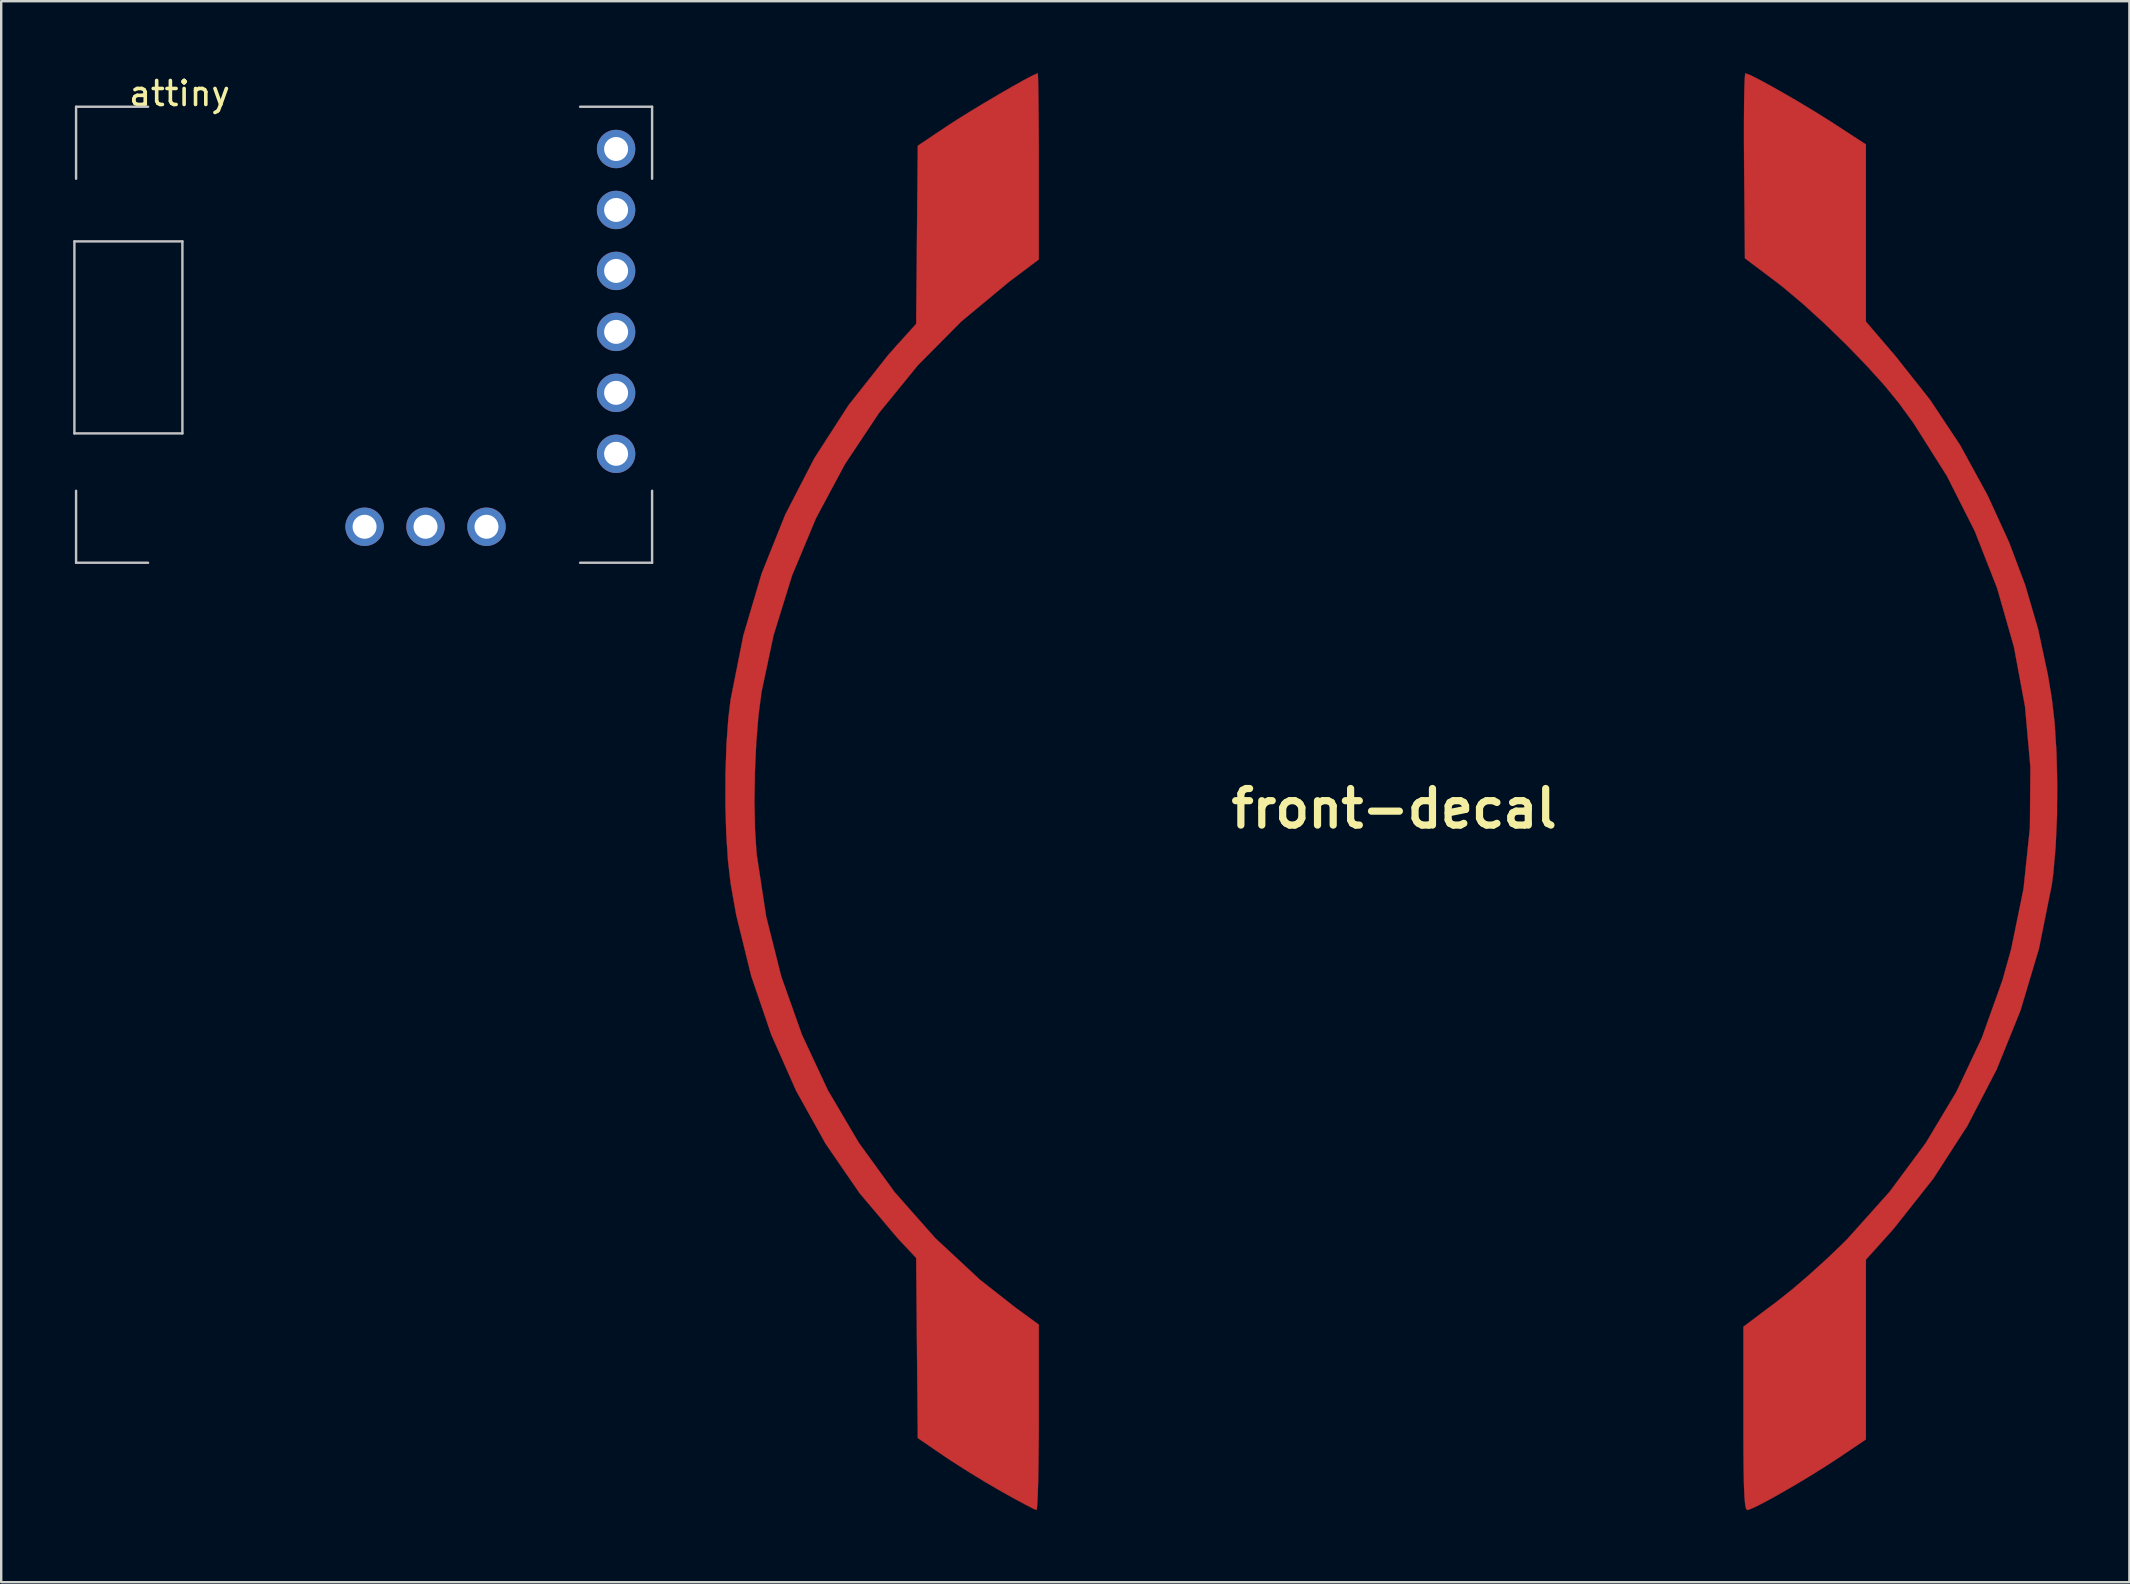
<source format=kicad_pcb>
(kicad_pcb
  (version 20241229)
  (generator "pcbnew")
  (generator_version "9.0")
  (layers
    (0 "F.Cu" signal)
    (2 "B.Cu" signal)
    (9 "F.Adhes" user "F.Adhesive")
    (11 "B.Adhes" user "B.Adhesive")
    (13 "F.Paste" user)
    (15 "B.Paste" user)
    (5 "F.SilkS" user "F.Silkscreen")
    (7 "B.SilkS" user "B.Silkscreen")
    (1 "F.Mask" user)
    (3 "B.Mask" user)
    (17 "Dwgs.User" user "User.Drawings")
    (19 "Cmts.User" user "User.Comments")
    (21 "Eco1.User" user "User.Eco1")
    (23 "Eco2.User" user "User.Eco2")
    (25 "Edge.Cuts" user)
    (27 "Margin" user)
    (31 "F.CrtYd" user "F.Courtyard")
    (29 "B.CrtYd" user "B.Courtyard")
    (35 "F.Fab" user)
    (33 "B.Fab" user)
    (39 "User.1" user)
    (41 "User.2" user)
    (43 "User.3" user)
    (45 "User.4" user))
  (footprint "front-decal"
    (layer "F.Cu")
    (at 55.038 30.638)
    (property "Reference" "front-decal" (at 0 0 0) (layer "F.SilkS") (effects (font (size 1.524 1.524) (thickness 0.3))))
    (attr through_hole)
    (fp_poly (pts (xy -14.84 -30.511) (xy -14.83 -30.164) (xy -14.821 -29.624) (xy -14.814 -28.922) (xy -14.809 -28.088) (xy -14.806 -27.154) (xy -14.806 -26.756) (xy -14.806 -22.878) (xy -16.05 -21.943) (xy -18.041 -20.289) (xy -19.85 -18.463) (xy -21.467 -16.477) (xy -22.884 -14.347) (xy -24.094 -12.086) (xy -25.087 -9.708) (xy -25.856 -7.226) (xy -26.36 -4.85) (xy -26.486 -3.887) (xy -26.578 -2.754) (xy -26.635 -1.531) (xy -26.654 -0.301) (xy -26.632 0.853) (xy -26.567 1.849) (xy -26.559 1.921) (xy -26.165 4.501) (xy -25.534 7.006) (xy -24.675 9.422) (xy -23.597 11.733) (xy -22.307 13.924) (xy -20.815 15.981) (xy -19.129 17.889) (xy -17.257 19.633) (xy -15.795 20.781) (xy -14.806 21.503) (xy -14.806 25.366) (xy -14.809 26.33) (xy -14.818 27.205) (xy -14.831 27.962) (xy -14.848 28.569) (xy -14.869 28.994) (xy -14.892 29.208) (xy -14.902 29.227) (xy -15.044 29.167) (xy -15.361 29.004) (xy -15.806 28.765) (xy -16.333 28.472) (xy -16.338 28.469) (xy -17.009 28.079) (xy -17.736 27.636) (xy -18.411 27.207) (xy -18.763 26.972) (xy -19.848 26.23) (xy -19.882 22.478) (xy -19.915 18.727) (xy -20.699 17.889) (xy -22.278 16.019) (xy -23.686 13.97) (xy -24.914 11.766) (xy -25.951 9.428) (xy -26.788 6.976) (xy -27.414 4.433) (xy -27.645 3.127) (xy -27.756 2.175) (xy -27.829 1.045) (xy -27.864 -0.19) (xy -27.86 -1.455) (xy -27.819 -2.677) (xy -27.739 -3.782) (xy -27.648 -4.531) (xy -27.115 -7.214) (xy -26.354 -9.79) (xy -25.368 -12.251) (xy -24.16 -14.592) (xy -22.734 -16.805) (xy -21.093 -18.882) (xy -20.763 -19.255) (xy -19.915 -20.194) (xy -19.882 -23.905) (xy -19.848 -27.616) (xy -18.635 -28.429) (xy -18.204 -28.709) (xy -17.674 -29.038) (xy -17.09 -29.391) (xy -16.495 -29.743) (xy -15.932 -30.068) (xy -15.445 -30.341) (xy -15.077 -30.536) (xy -14.872 -30.629) (xy -14.851 -30.633) (xy -14.84 -30.511)) (stroke (width 0.01) (type solid)) (fill yes) (layer "F.Cu"))
    (fp_poly (pts (xy 14.812 -30.57) (xy 15.165 -30.395) (xy 15.65 -30.134) (xy 16.225 -29.81) (xy 16.849 -29.447) (xy 17.478 -29.068) (xy 18.071 -28.699) (xy 18.284 -28.562) (xy 19.656 -27.67) (xy 19.656 -20.289) (xy 20.883 -18.856) (xy 22.328 -17.031) (xy 23.579 -15.145) (xy 24.693 -13.11) (xy 24.77 -12.955) (xy 25.621 -11.093) (xy 26.297 -9.298) (xy 26.828 -7.482) (xy 27.24 -5.557) (xy 27.4 -4.595) (xy 27.52 -3.557) (xy 27.596 -2.345) (xy 27.628 -1.037) (xy 27.618 0.289) (xy 27.563 1.558) (xy 27.465 2.691) (xy 27.398 3.191) (xy 26.864 5.846) (xy 26.098 8.409) (xy 25.105 10.867) (xy 23.89 13.21) (xy 22.46 15.424) (xy 20.82 17.498) (xy 20.505 17.853) (xy 19.656 18.795) (xy 19.656 26.287) (xy 18.525 27.048) (xy 17.955 27.419) (xy 17.328 27.81) (xy 16.684 28.196) (xy 16.066 28.553) (xy 15.517 28.857) (xy 15.076 29.084) (xy 14.788 29.211) (xy 14.711 29.229) (xy 14.663 29.176) (xy 14.626 29) (xy 14.596 28.681) (xy 14.575 28.197) (xy 14.561 27.525) (xy 14.553 26.644) (xy 14.551 25.532) (xy 14.551 25.41) (xy 14.551 21.591) (xy 15.987 20.51) (xy 16.615 20.01) (xy 17.336 19.39) (xy 18.071 18.722) (xy 18.742 18.076) (xy 18.9 17.915) (xy 20.643 15.968) (xy 22.15 13.935) (xy 23.429 11.799) (xy 24.491 9.544) (xy 25.346 7.152) (xy 25.707 5.865) (xy 26.223 3.346) (xy 26.489 0.81) (xy 26.509 -1.727) (xy 26.286 -4.249) (xy 25.823 -6.739) (xy 25.124 -9.181) (xy 24.192 -11.558) (xy 23.031 -13.855) (xy 21.643 -16.054) (xy 21.045 -16.876) (xy 20.447 -17.61) (xy 19.696 -18.442) (xy 18.847 -19.32) (xy 17.951 -20.19) (xy 17.063 -21) (xy 16.236 -21.697) (xy 15.891 -21.966) (xy 14.615 -22.925) (xy 14.581 -26.779) (xy 14.575 -27.742) (xy 14.575 -28.616) (xy 14.581 -29.372) (xy 14.591 -29.978) (xy 14.607 -30.402) (xy 14.626 -30.615) (xy 14.634 -30.633) (xy 14.812 -30.57)) (stroke (width 0.01) (type solid)) (fill yes) (layer "F.Cu")))
  (footprint "attiny"
    (layer "F.Cu")
    (at 23.62 19.898)
    (property "Reference" "attiny" (at -19.19 -19.05 0) (layer "F.SilkS") (effects (font (size 1 1) (thickness 0.15))))
    (attr through_hole)
    (fp_line (start -23.57 -12.89) (end -23.57 -4.89) (stroke (width 0.1) (type solid)) (layer "Dwgs.User"))
    (fp_line (start -23.57 -4.89) (end -19.07 -4.89) (stroke (width 0.1) (type solid)) (layer "Dwgs.User"))
    (fp_line (start -23.5 -18.5) (end -20.5 -18.5) (stroke (width 0.1) (type solid)) (layer "Dwgs.User"))
    (fp_line (start -23.5 -15.5) (end -23.5 -18.5) (stroke (width 0.1) (type solid)) (layer "Dwgs.User"))
    (fp_line (start -23.5 0.5) (end -23.5 -2.5) (stroke (width 0.1) (type solid)) (layer "Dwgs.User"))
    (fp_line (start -20.5 0.5) (end -23.5 0.5) (stroke (width 0.1) (type solid)) (layer "Dwgs.User"))
    (fp_line (start -19.07 -12.89) (end -23.57 -12.89) (stroke (width 0.1) (type solid)) (layer "Dwgs.User"))
    (fp_line (start -19.07 -4.89) (end -19.07 -12.89) (stroke (width 0.1) (type solid)) (layer "Dwgs.User"))
    (fp_line (start -2.5 -18.5) (end 0.5 -18.5) (stroke (width 0.1) (type solid)) (layer "Dwgs.User"))
    (fp_line (start 0.5 -18.5) (end 0.5 -15.5) (stroke (width 0.1) (type solid)) (layer "Dwgs.User"))
    (fp_line (start 0.5 -2.5) (end 0.5 0.5) (stroke (width 0.1) (type solid)) (layer "Dwgs.User"))
    (fp_line (start 0.5 0.5) (end -2.5 0.5) (stroke (width 0.1) (type solid)) (layer "Dwgs.User"))
    (fp_line (start -23 -18) (end 0.0003 -18) (stroke (width 0.1) (type solid)) (layer "Margin"))
    (fp_line (start -23 0) (end -23 -18) (stroke (width 0.1) (type solid)) (layer "Margin"))
    (fp_line (start 0.0003 0) (end -23 0) (stroke (width 0.1) (type solid)) (layer "Margin"))
    (fp_line (start 0.0003 0) (end 0.0003 -18) (stroke (width 0.1) (type solid)) (layer "Margin"))
    (pad "1" thru_hole circle (at -11.48 -1) (size 1.6 1.6) (drill 1) (layers "*.Cu" "*.Mask"))
    (pad "2" thru_hole circle (at -8.94 -1) (size 1.6 1.6) (drill 1) (layers "*.Cu" "*.Mask"))
    (pad "3" thru_hole circle (at -6.4 -1) (size 1.6 1.6) (drill 1) (layers "*.Cu" "*.Mask"))
    (pad "4" thru_hole circle (at -1 -4.04) (size 1.6 1.6) (drill 1) (layers "*.Cu" "*.Mask"))
    (pad "5" thru_hole circle (at -1 -6.58) (size 1.6 1.6) (drill 1) (layers "*.Cu" "*.Mask"))
    (pad "6" thru_hole circle (at -1 -9.12) (size 1.6 1.6) (drill 1) (layers "*.Cu" "*.Mask"))
    (pad "7" thru_hole circle (at -1 -11.66) (size 1.6 1.6) (drill 1) (layers "*.Cu" "*.Mask"))
    (pad "8" thru_hole circle (at -1 -14.2) (size 1.6 1.6) (drill 1) (layers "*.Cu" "*.Mask"))
    (pad "9" thru_hole circle (at -1 -16.74) (size 1.6 1.6) (drill 1) (layers "*.Cu" "*.Mask")))
  (gr_rect
    (start -3 -3)
    (end 85.672 62.872)
    (stroke (width 0.1) (type default))
    (fill no)
    (layer "Edge.Cuts")))
</source>
